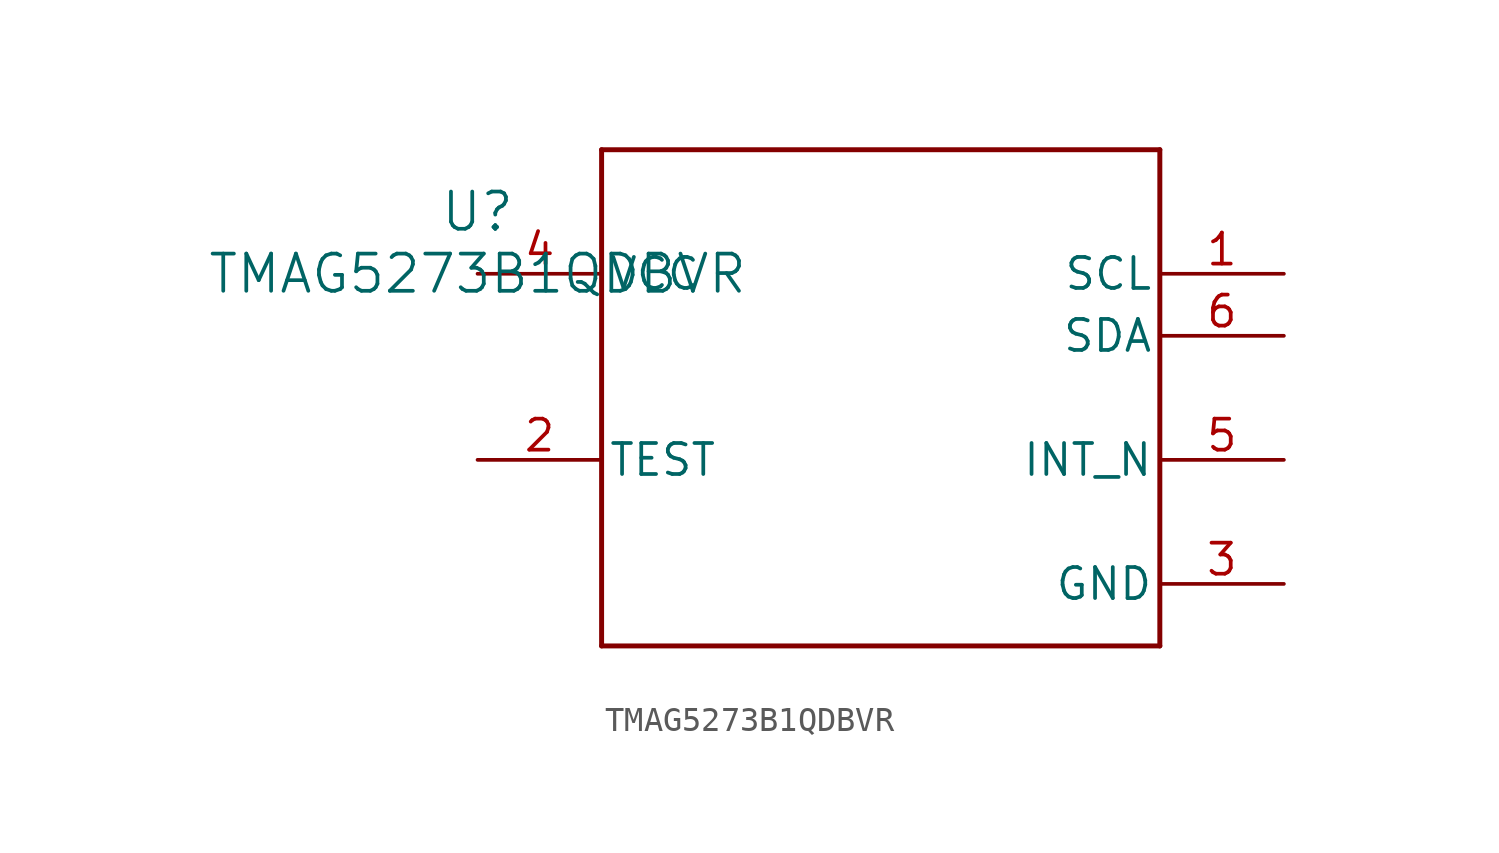
<source format=kicad_sym>
(kicad_symbol_lib
  (version 20211014)
  (generator kicad_symbol_editor)
  (symbol "TMAG5273B1QDBVR"
    (pin_names
      (offset 0.254))
    (property "Reference" "U"
      (at 0 2.54 0)
      (effects (font (size 1.524 1.524))))
    (property "Value" "TMAG5273B1QDBVR"
      (at 0 0 0)
      (effects (font (size 1.524 1.524))))
    (symbol "TMAG5273B1QDBVR_0_1"
      (polyline (pts (xy 5.08 -15.24) (xy 27.94 -15.24)) (stroke (width 0.203) (type default) (color 0 0 0 0)) (fill (type none)))
      (polyline (pts (xy 27.94 -15.24) (xy 27.94 5.08)) (stroke (width 0.203) (type default) (color 0 0 0 0)) (fill (type none)))
      (polyline (pts (xy 27.94 5.08) (xy 5.08 5.08)) (stroke (width 0.203) (type default) (color 0 0 0 0)) (fill (type none)))
      (polyline (pts (xy 5.08 5.08) (xy 5.08 -15.24)) (stroke (width 0.203) (type default) (color 0 0 0 0)) (fill (type none)))
      (pin input line (at 33.02 0 180) (length 5.08) (name "SCL" (effects (font (size 1.27 1.27)))) (number "1" (effects (font (size 1.27 1.27)))))
      (pin input line (at 0 -7.62 0) (length 5.08) (name "TEST" (effects (font (size 1.27 1.27)))) (number "2" (effects (font (size 1.27 1.27)))))
      (pin power_in line (at 33.02 -12.7 180) (length 5.08) (name "GND" (effects (font (size 1.27 1.27)))) (number "3" (effects (font (size 1.27 1.27)))))
      (pin power_in line (at 0 0 0) (length 5.08) (name "VCC" (effects (font (size 1.27 1.27)))) (number "4" (effects (font (size 1.27 1.27)))))
      (pin output line (at 33.02 -7.62 180) (length 5.08) (name "INT_N" (effects (font (size 1.27 1.27)))) (number "5" (effects (font (size 1.27 1.27)))))
      (pin bidirectional line (at 33.02 -2.54 180) (length 5.08) (name "SDA" (effects (font (size 1.27 1.27)))) (number "6" (effects (font (size 1.27 1.27))))))))
</source>
